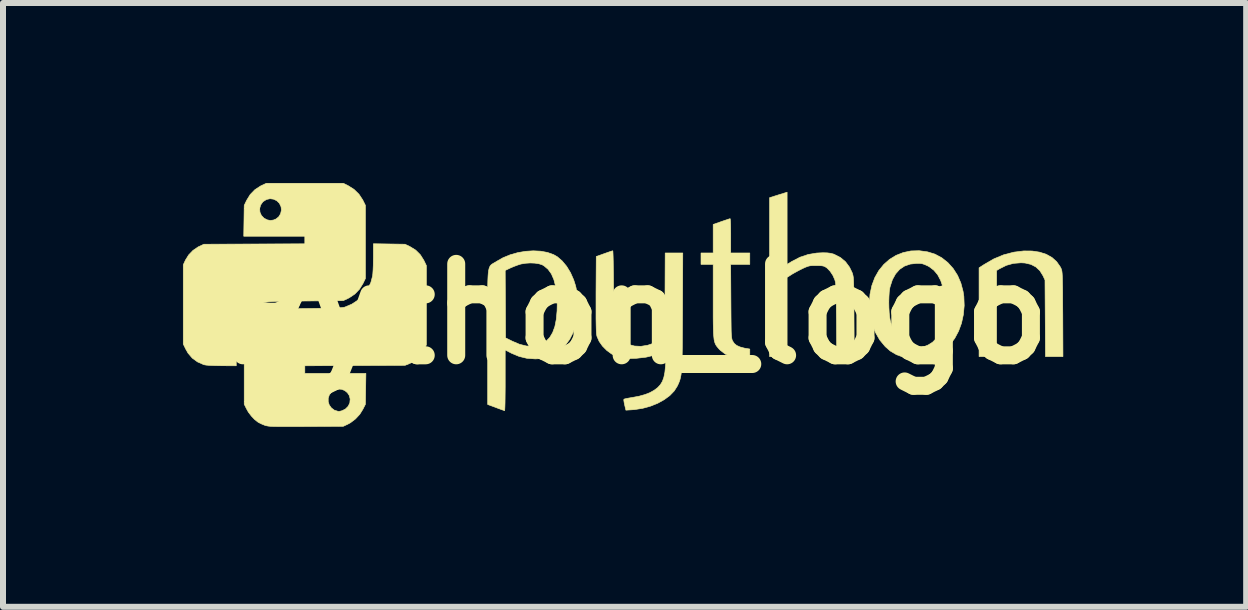
<source format=kicad_pcb>
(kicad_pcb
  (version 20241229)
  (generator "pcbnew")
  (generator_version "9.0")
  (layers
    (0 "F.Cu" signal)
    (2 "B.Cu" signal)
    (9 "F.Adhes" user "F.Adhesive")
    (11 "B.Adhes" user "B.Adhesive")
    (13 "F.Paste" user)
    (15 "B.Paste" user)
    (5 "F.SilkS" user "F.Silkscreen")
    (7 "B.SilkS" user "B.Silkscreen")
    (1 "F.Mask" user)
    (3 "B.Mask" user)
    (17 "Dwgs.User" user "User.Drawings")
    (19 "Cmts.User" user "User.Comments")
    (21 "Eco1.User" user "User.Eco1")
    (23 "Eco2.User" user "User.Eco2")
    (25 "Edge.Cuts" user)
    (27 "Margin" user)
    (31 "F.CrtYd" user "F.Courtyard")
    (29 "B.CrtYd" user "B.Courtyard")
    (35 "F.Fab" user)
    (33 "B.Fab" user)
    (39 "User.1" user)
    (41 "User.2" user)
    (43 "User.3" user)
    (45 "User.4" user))
  (footprint "Python_logo"
    (layer "F.Cu")
    (at 7.53 2.183)
    (property "Reference" "Python_logo" (at 0 0 0) (layer "F.SilkS") (effects (font (size 1.524 1.524) (thickness 0.3))))
    (attr through_hole)
    (fp_poly (pts (xy 6.622 -1.049) (xy 6.748 -1.03) (xy 6.86 -0.994) (xy 6.955 -0.941) (xy 7.033 -0.871) (xy 7.092 -0.787) (xy 7.104 -0.764) (xy 7.11 -0.751) (xy 7.114 -0.737) (xy 7.119 -0.721) (xy 7.122 -0.7) (xy 7.125 -0.671) (xy 7.127 -0.634) (xy 7.129 -0.586) (xy 7.13 -0.525) (xy 7.132 -0.448) (xy 7.133 -0.353) (xy 7.133 -0.239) (xy 7.134 -0.103) (xy 7.135 0.003) (xy 7.138 0.711) (xy 6.847 0.711) (xy 6.839 -0.565) (xy 6.806 -0.636) (xy 6.754 -0.72) (xy 6.687 -0.783) (xy 6.605 -0.826) (xy 6.507 -0.849) (xy 6.439 -0.853) (xy 6.312 -0.843) (xy 6.194 -0.81) (xy 6.08 -0.753) (xy 6.032 -0.724) (xy 6.032 0.711) (xy 5.74 0.711) (xy 5.74 -0.769) (xy 5.823 -0.823) (xy 5.985 -0.917) (xy 6.151 -0.986) (xy 6.321 -1.03) (xy 6.483 -1.05) (xy 6.622 -1.049)) (stroke (width 0.01) (type solid)) (fill yes) (layer "F.SilkS"))
    (fp_poly (pts (xy 2.54 -0.827) (xy 2.619 -0.875) (xy 2.754 -0.945) (xy 2.891 -0.991) (xy 3.034 -1.015) (xy 3.137 -1.02) (xy 3.208 -1.018) (xy 3.263 -1.011) (xy 3.311 -0.999) (xy 3.328 -0.992) (xy 3.428 -0.941) (xy 3.513 -0.87) (xy 3.58 -0.78) (xy 3.624 -0.689) (xy 3.63 -0.672) (xy 3.635 -0.655) (xy 3.639 -0.636) (xy 3.643 -0.612) (xy 3.646 -0.581) (xy 3.648 -0.541) (xy 3.65 -0.489) (xy 3.651 -0.424) (xy 3.652 -0.342) (xy 3.653 -0.243) (xy 3.654 -0.123) (xy 3.655 0.02) (xy 3.655 0.048) (xy 3.659 0.711) (xy 3.367 0.711) (xy 3.363 0.105) (xy 3.361 -0.038) (xy 3.36 -0.158) (xy 3.359 -0.257) (xy 3.357 -0.338) (xy 3.355 -0.402) (xy 3.353 -0.453) (xy 3.35 -0.492) (xy 3.347 -0.522) (xy 3.342 -0.545) (xy 3.337 -0.563) (xy 3.337 -0.566) (xy 3.303 -0.643) (xy 3.258 -0.711) (xy 3.207 -0.764) (xy 3.192 -0.775) (xy 3.167 -0.79) (xy 3.142 -0.799) (xy 3.109 -0.804) (xy 3.063 -0.806) (xy 3.023 -0.806) (xy 2.965 -0.806) (xy 2.923 -0.803) (xy 2.886 -0.794) (xy 2.847 -0.779) (xy 2.794 -0.755) (xy 2.792 -0.754) (xy 2.733 -0.724) (xy 2.674 -0.692) (xy 2.623 -0.663) (xy 2.611 -0.655) (xy 2.54 -0.61) (xy 2.54 0.711) (xy 2.248 0.711) (xy 2.248 -1.938) (xy 2.394 -1.984) (xy 2.54 -2.029) (xy 2.54 -0.827)) (stroke (width 0.01) (type solid)) (fill yes) (layer "F.SilkS"))
    (fp_poly (pts (xy 1.593 -1.576) (xy 1.596 -1.542) (xy 1.598 -1.489) (xy 1.599 -1.423) (xy 1.6 -1.345) (xy 1.6 -1.302) (xy 1.6 -1.016) (xy 1.918 -1.016) (xy 1.918 -0.826) (xy 1.599 -0.826) (xy 1.603 -0.213) (xy 1.604 -0.071) (xy 1.605 0.047) (xy 1.606 0.144) (xy 1.607 0.223) (xy 1.608 0.285) (xy 1.61 0.334) (xy 1.613 0.371) (xy 1.616 0.398) (xy 1.62 0.418) (xy 1.624 0.434) (xy 1.63 0.446) (xy 1.631 0.449) (xy 1.659 0.492) (xy 1.699 0.525) (xy 1.754 0.55) (xy 1.829 0.57) (xy 1.87 0.577) (xy 1.918 0.585) (xy 1.918 0.661) (xy 1.917 0.703) (xy 1.913 0.726) (xy 1.904 0.735) (xy 1.889 0.737) (xy 1.853 0.739) (xy 1.835 0.742) (xy 1.81 0.743) (xy 1.769 0.741) (xy 1.72 0.736) (xy 1.717 0.735) (xy 1.605 0.712) (xy 1.509 0.669) (xy 1.427 0.606) (xy 1.409 0.588) (xy 1.388 0.564) (xy 1.369 0.541) (xy 1.354 0.519) (xy 1.341 0.493) (xy 1.331 0.463) (xy 1.323 0.426) (xy 1.318 0.379) (xy 1.313 0.32) (xy 1.311 0.247) (xy 1.309 0.157) (xy 1.308 0.049) (xy 1.308 -0.08) (xy 1.308 -0.218) (xy 1.308 -0.826) (xy 1.105 -0.826) (xy 1.105 -1.016) (xy 1.308 -1.016) (xy 1.308 -1.492) (xy 1.445 -1.54) (xy 1.5 -1.559) (xy 1.546 -1.574) (xy 1.578 -1.585) (xy 1.591 -1.588) (xy 1.593 -1.576)) (stroke (width 0.01) (type solid)) (fill yes) (layer "F.SilkS"))
    (fp_poly (pts (xy -4.775 -2.137) (xy -4.679 -2.076) (xy -4.597 -1.996) (xy -4.534 -1.901) (xy -4.53 -1.893) (xy -4.489 -1.81) (xy -4.489 -0.591) (xy -4.529 -0.508) (xy -4.587 -0.414) (xy -4.664 -0.333) (xy -4.756 -0.271) (xy -4.775 -0.261) (xy -4.858 -0.222) (xy -5.486 -0.216) (xy -5.629 -0.214) (xy -5.749 -0.213) (xy -5.848 -0.211) (xy -5.929 -0.21) (xy -5.993 -0.208) (xy -6.045 -0.206) (xy -6.085 -0.203) (xy -6.116 -0.2) (xy -6.14 -0.196) (xy -6.161 -0.191) (xy -6.179 -0.186) (xy -6.196 -0.18) (xy -6.31 -0.127) (xy -6.411 -0.056) (xy -6.496 0.031) (xy -6.564 0.131) (xy -6.61 0.24) (xy -6.629 0.318) (xy -6.633 0.358) (xy -6.637 0.417) (xy -6.64 0.49) (xy -6.642 0.57) (xy -6.642 0.632) (xy -6.642 0.864) (xy -6.887 0.863) (xy -6.995 0.861) (xy -7.08 0.858) (xy -7.143 0.853) (xy -7.181 0.846) (xy -7.182 0.846) (xy -7.287 0.8) (xy -7.375 0.736) (xy -7.446 0.653) (xy -7.485 0.584) (xy -7.525 0.502) (xy -7.525 -0.819) (xy -7.489 -0.897) (xy -7.435 -0.984) (xy -7.363 -1.059) (xy -7.276 -1.118) (xy -7.258 -1.126) (xy -7.182 -1.162) (xy -5.499 -1.169) (xy -5.499 -1.295) (xy -6.517 -1.295) (xy -6.513 -1.553) (xy -6.51 -1.756) (xy -6.252 -1.756) (xy -6.247 -1.696) (xy -6.223 -1.642) (xy -6.18 -1.597) (xy -6.128 -1.569) (xy -6.075 -1.558) (xy -6.023 -1.565) (xy -5.979 -1.583) (xy -5.934 -1.619) (xy -5.903 -1.67) (xy -5.889 -1.73) (xy -5.895 -1.786) (xy -5.923 -1.845) (xy -5.966 -1.887) (xy -6.02 -1.913) (xy -6.079 -1.921) (xy -6.138 -1.908) (xy -6.192 -1.874) (xy -6.199 -1.868) (xy -6.236 -1.815) (xy -6.252 -1.756) (xy -6.51 -1.756) (xy -6.509 -1.81) (xy -6.468 -1.895) (xy -6.409 -1.991) (xy -6.331 -2.071) (xy -6.236 -2.133) (xy -6.223 -2.139) (xy -6.14 -2.178) (xy -4.857 -2.178) (xy -4.775 -2.137)) (stroke (width 0.01) (type solid)) (fill yes) (layer "F.SilkS"))
    (fp_poly (pts (xy 4.88 -1.035) (xy 5.004 -0.997) (xy 5.118 -0.936) (xy 5.22 -0.855) (xy 5.308 -0.757) (xy 5.381 -0.643) (xy 5.436 -0.516) (xy 5.473 -0.377) (xy 5.486 -0.293) (xy 5.492 -0.139) (xy 5.478 0.011) (xy 5.447 0.154) (xy 5.398 0.287) (xy 5.334 0.407) (xy 5.254 0.513) (xy 5.161 0.601) (xy 5.056 0.669) (xy 5.037 0.678) (xy 4.925 0.719) (xy 4.8 0.743) (xy 4.671 0.749) (xy 4.544 0.736) (xy 4.485 0.723) (xy 4.365 0.68) (xy 4.259 0.617) (xy 4.176 0.544) (xy 4.084 0.433) (xy 4.011 0.306) (xy 3.958 0.164) (xy 3.925 0.009) (xy 3.912 -0.157) (xy 3.912 -0.175) (xy 3.913 -0.201) (xy 4.235 -0.201) (xy 4.237 -0.106) (xy 4.242 -0.016) (xy 4.251 0.063) (xy 4.259 0.108) (xy 4.297 0.238) (xy 4.345 0.345) (xy 4.403 0.43) (xy 4.473 0.492) (xy 4.555 0.533) (xy 4.648 0.553) (xy 4.719 0.555) (xy 4.784 0.55) (xy 4.835 0.54) (xy 4.883 0.521) (xy 4.894 0.516) (xy 4.964 0.472) (xy 5.022 0.414) (xy 5.07 0.338) (xy 5.111 0.241) (xy 5.134 0.166) (xy 5.146 0.102) (xy 5.156 0.021) (xy 5.161 -0.071) (xy 5.163 -0.167) (xy 5.161 -0.26) (xy 5.156 -0.345) (xy 5.147 -0.415) (xy 5.14 -0.442) (xy 5.1 -0.558) (xy 5.05 -0.653) (xy 4.987 -0.728) (xy 4.911 -0.786) (xy 4.88 -0.803) (xy 4.83 -0.825) (xy 4.79 -0.838) (xy 4.745 -0.843) (xy 4.7 -0.843) (xy 4.592 -0.831) (xy 4.497 -0.798) (xy 4.415 -0.743) (xy 4.348 -0.667) (xy 4.295 -0.571) (xy 4.257 -0.454) (xy 4.253 -0.438) (xy 4.243 -0.374) (xy 4.238 -0.293) (xy 4.235 -0.201) (xy 3.913 -0.201) (xy 3.922 -0.33) (xy 3.953 -0.474) (xy 4.002 -0.605) (xy 4.069 -0.723) (xy 4.151 -0.824) (xy 4.247 -0.909) (xy 4.356 -0.976) (xy 4.475 -1.023) (xy 4.604 -1.05) (xy 4.741 -1.054) (xy 4.88 -1.035)) (stroke (width 0.01) (type solid)) (fill yes) (layer "F.SilkS"))
    (fp_poly (pts (xy -3.829 -1.162) (xy -3.747 -1.123) (xy -3.651 -1.064) (xy -3.574 -0.987) (xy -3.514 -0.892) (xy -3.513 -0.889) (xy -3.473 -0.806) (xy -3.473 0.515) (xy -3.515 0.6) (xy -3.572 0.688) (xy -3.646 0.762) (xy -3.732 0.817) (xy -3.757 0.828) (xy -3.829 0.857) (xy -5.499 0.864) (xy -5.499 0.991) (xy -4.481 0.991) (xy -4.485 1.248) (xy -4.489 1.506) (xy -4.531 1.589) (xy -4.584 1.674) (xy -4.656 1.751) (xy -4.739 1.814) (xy -4.785 1.839) (xy -4.858 1.873) (xy -5.48 1.876) (xy -5.623 1.877) (xy -5.742 1.877) (xy -5.841 1.877) (xy -5.921 1.877) (xy -5.985 1.876) (xy -6.036 1.875) (xy -6.075 1.873) (xy -6.105 1.87) (xy -6.128 1.866) (xy -6.147 1.862) (xy -6.164 1.857) (xy -6.169 1.855) (xy -6.216 1.836) (xy -6.261 1.814) (xy -6.279 1.804) (xy -6.334 1.761) (xy -6.39 1.702) (xy -6.441 1.635) (xy -6.471 1.581) (xy -6.509 1.505) (xy -6.509 1.405) (xy -5.109 1.405) (xy -5.109 1.463) (xy -5.091 1.519) (xy -5.056 1.567) (xy -5.007 1.604) (xy -4.946 1.623) (xy -4.934 1.625) (xy -4.914 1.622) (xy -4.882 1.614) (xy -4.878 1.613) (xy -4.822 1.585) (xy -4.777 1.54) (xy -4.749 1.484) (xy -4.749 1.483) (xy -4.743 1.419) (xy -4.757 1.361) (xy -4.789 1.313) (xy -4.833 1.277) (xy -4.886 1.256) (xy -4.944 1.252) (xy -5.002 1.267) (xy -5.05 1.298) (xy -5.09 1.348) (xy -5.109 1.405) (xy -6.509 1.405) (xy -6.509 0.286) (xy -6.475 0.213) (xy -6.422 0.127) (xy -6.352 0.049) (xy -6.27 -0.015) (xy -6.224 -0.041) (xy -6.141 -0.083) (xy -5.512 -0.09) (xy -5.354 -0.092) (xy -5.22 -0.094) (xy -5.108 -0.097) (xy -5.018 -0.099) (xy -4.946 -0.102) (xy -4.893 -0.105) (xy -4.856 -0.109) (xy -4.834 -0.113) (xy -4.832 -0.114) (xy -4.716 -0.163) (xy -4.611 -0.232) (xy -4.522 -0.318) (xy -4.45 -0.416) (xy -4.398 -0.525) (xy -4.369 -0.635) (xy -4.365 -0.676) (xy -4.361 -0.735) (xy -4.358 -0.808) (xy -4.357 -0.888) (xy -4.356 -0.944) (xy -4.356 -1.17) (xy -3.829 -1.162)) (stroke (width 0.01) (type solid)) (fill yes) (layer "F.SilkS"))
    (fp_poly (pts (xy -1.568 -1.046) (xy -1.454 -1.025) (xy -1.353 -0.989) (xy -1.29 -0.953) (xy -1.21 -0.884) (xy -1.135 -0.794) (xy -1.07 -0.687) (xy -1.017 -0.567) (xy -0.988 -0.476) (xy -0.978 -0.436) (xy -0.971 -0.396) (xy -0.966 -0.351) (xy -0.962 -0.297) (xy -0.961 -0.229) (xy -0.96 -0.141) (xy -0.96 -0.133) (xy -0.96 -0.047) (xy -0.961 0.02) (xy -0.963 0.07) (xy -0.967 0.11) (xy -0.973 0.145) (xy -0.981 0.178) (xy -0.989 0.203) (xy -1.033 0.323) (xy -1.085 0.424) (xy -1.15 0.513) (xy -1.199 0.566) (xy -1.278 0.637) (xy -1.356 0.688) (xy -1.44 0.722) (xy -1.534 0.742) (xy -1.646 0.749) (xy -1.664 0.749) (xy -1.799 0.739) (xy -1.927 0.708) (xy -2.054 0.655) (xy -2.067 0.648) (xy -2.159 0.6) (xy -2.159 1.107) (xy -2.159 1.217) (xy -2.16 1.319) (xy -2.161 1.41) (xy -2.162 1.488) (xy -2.164 1.549) (xy -2.166 1.591) (xy -2.168 1.611) (xy -2.169 1.612) (xy -2.184 1.607) (xy -2.217 1.596) (xy -2.259 1.58) (xy -2.261 1.58) (xy -2.313 1.56) (xy -2.364 1.541) (xy -2.397 1.529) (xy -2.451 1.509) (xy -2.451 0.382) (xy -2.451 0.184) (xy -2.451 0.009) (xy -2.452 -0.143) (xy -2.452 -0.274) (xy -2.451 -0.387) (xy -2.45 -0.482) (xy -2.448 -0.562) (xy -2.445 -0.628) (xy -2.441 -0.681) (xy -2.435 -0.723) (xy -2.435 -0.725) (xy -2.159 -0.725) (xy -2.153 0.399) (xy -2.042 0.454) (xy -1.92 0.506) (xy -1.807 0.534) (xy -1.702 0.539) (xy -1.604 0.521) (xy -1.556 0.503) (xy -1.48 0.457) (xy -1.417 0.393) (xy -1.368 0.311) (xy -1.331 0.21) (xy -1.307 0.089) (xy -1.294 -0.053) (xy -1.292 -0.152) (xy -1.298 -0.314) (xy -1.317 -0.453) (xy -1.347 -0.571) (xy -1.389 -0.668) (xy -1.444 -0.744) (xy -1.511 -0.801) (xy -1.544 -0.82) (xy -1.596 -0.836) (xy -1.665 -0.847) (xy -1.742 -0.85) (xy -1.82 -0.845) (xy -1.891 -0.833) (xy -1.894 -0.833) (xy -1.948 -0.816) (xy -2.01 -0.793) (xy -2.067 -0.769) (xy -2.159 -0.725) (xy -2.435 -0.725) (xy -2.428 -0.756) (xy -2.419 -0.781) (xy -2.409 -0.801) (xy -2.396 -0.816) (xy -2.381 -0.829) (xy -2.363 -0.84) (xy -2.343 -0.852) (xy -2.319 -0.865) (xy -2.306 -0.874) (xy -2.197 -0.936) (xy -2.076 -0.986) (xy -1.949 -1.022) (xy -1.819 -1.044) (xy -1.691 -1.052) (xy -1.568 -1.046)) (stroke (width 0.01) (type solid)) (fill yes) (layer "F.SilkS"))
    (fp_poly (pts (xy -0.364 -1.041) (xy -0.362 -1.006) (xy -0.36 -0.95) (xy -0.358 -0.876) (xy -0.357 -0.786) (xy -0.355 -0.682) (xy -0.354 -0.568) (xy -0.353 -0.444) (xy -0.352 -0.403) (xy -0.351 -0.251) (xy -0.35 -0.123) (xy -0.349 -0.015) (xy -0.347 0.074) (xy -0.344 0.146) (xy -0.341 0.204) (xy -0.336 0.25) (xy -0.33 0.286) (xy -0.321 0.315) (xy -0.311 0.338) (xy -0.299 0.358) (xy -0.284 0.377) (xy -0.266 0.397) (xy -0.263 0.402) (xy -0.192 0.464) (xy -0.106 0.508) (xy -0.003 0.535) (xy 0.103 0.54) (xy 0.216 0.522) (xy 0.336 0.481) (xy 0.393 0.454) (xy 0.502 0.4) (xy 0.505 -0.308) (xy 0.508 -1.016) (xy 0.801 -1.016) (xy 0.797 -0.054) (xy 0.796 0.137) (xy 0.795 0.305) (xy 0.794 0.451) (xy 0.793 0.577) (xy 0.791 0.685) (xy 0.788 0.776) (xy 0.785 0.854) (xy 0.781 0.919) (xy 0.777 0.974) (xy 0.771 1.019) (xy 0.763 1.058) (xy 0.755 1.092) (xy 0.745 1.122) (xy 0.733 1.152) (xy 0.72 1.181) (xy 0.71 1.202) (xy 0.658 1.284) (xy 0.584 1.361) (xy 0.491 1.429) (xy 0.383 1.489) (xy 0.263 1.537) (xy 0.133 1.573) (xy -0.002 1.594) (xy -0.038 1.597) (xy -0.147 1.604) (xy -0.168 1.516) (xy -0.177 1.472) (xy -0.182 1.438) (xy -0.18 1.421) (xy -0.18 1.421) (xy -0.165 1.416) (xy -0.13 1.408) (xy -0.081 1.399) (xy -0.044 1.393) (xy 0.074 1.371) (xy 0.17 1.344) (xy 0.251 1.313) (xy 0.321 1.274) (xy 0.327 1.27) (xy 0.384 1.227) (xy 0.428 1.179) (xy 0.462 1.123) (xy 0.486 1.055) (xy 0.503 0.971) (xy 0.513 0.868) (xy 0.517 0.795) (xy 0.52 0.725) (xy 0.521 0.677) (xy 0.52 0.647) (xy 0.517 0.631) (xy 0.511 0.625) (xy 0.503 0.627) (xy 0.5 0.628) (xy 0.341 0.684) (xy 0.187 0.721) (xy 0.031 0.739) (xy -0.064 0.742) (xy -0.135 0.741) (xy -0.188 0.738) (xy -0.228 0.733) (xy -0.264 0.724) (xy -0.295 0.713) (xy -0.385 0.667) (xy -0.467 0.607) (xy -0.538 0.535) (xy -0.593 0.457) (xy -0.628 0.377) (xy -0.634 0.352) (xy -0.638 0.32) (xy -0.641 0.263) (xy -0.643 0.181) (xy -0.645 0.074) (xy -0.645 -0.057) (xy -0.645 -0.211) (xy -0.645 -0.336) (xy -0.641 -0.958) (xy -0.508 -1.005) (xy -0.454 -1.024) (xy -0.408 -1.04) (xy -0.377 -1.05) (xy -0.366 -1.053) (xy -0.364 -1.041)) (stroke (width 0.01) (type solid)) (fill yes) (layer "F.SilkS")))
  (gr_rect
    (start -3 -3)
    (end 17.722 7.065)
    (stroke (width 0.1) (type default))
    (fill no)
    (layer "Edge.Cuts")))
</source>
